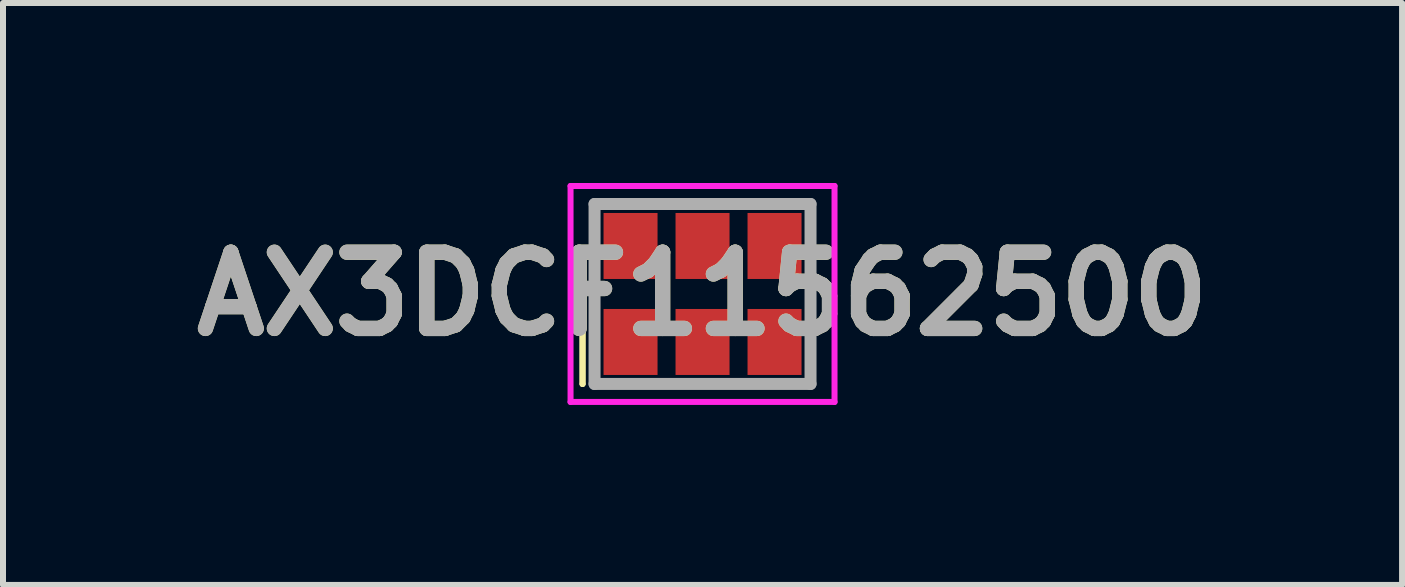
<source format=kicad_pcb>
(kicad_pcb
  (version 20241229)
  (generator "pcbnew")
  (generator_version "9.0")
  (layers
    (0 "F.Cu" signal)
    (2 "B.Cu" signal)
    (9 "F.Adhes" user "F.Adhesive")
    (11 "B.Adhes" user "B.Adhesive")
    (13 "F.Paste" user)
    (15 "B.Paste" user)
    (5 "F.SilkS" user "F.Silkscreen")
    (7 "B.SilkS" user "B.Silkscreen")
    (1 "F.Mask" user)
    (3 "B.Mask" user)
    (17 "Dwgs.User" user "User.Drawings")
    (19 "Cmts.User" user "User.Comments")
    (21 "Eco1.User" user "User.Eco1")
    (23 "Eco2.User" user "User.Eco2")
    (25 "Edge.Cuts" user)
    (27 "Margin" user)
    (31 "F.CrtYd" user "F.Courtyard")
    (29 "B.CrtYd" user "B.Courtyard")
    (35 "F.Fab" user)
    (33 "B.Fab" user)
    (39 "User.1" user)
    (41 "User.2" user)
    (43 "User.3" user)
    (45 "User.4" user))
  (footprint "AX3DCF11562500"
    (layer "F.Cu")
    (at 7.46 2.65)
    (property "Reference" "AX3DCF11562500" (at 1.2 -0.8 0) (layer "F.SilkS") (effects (font (size 1.27 1.27) (thickness 0.254))))
    (attr smd)
    (fp_line (start -0.8 -0.4) (end -0.8 -0.4) (stroke (width 0.1) (type solid)) (layer "F.SilkS"))
    (fp_line (start -0.8 -0.4) (end -0.8 0.7) (stroke (width 0.1) (type solid)) (layer "F.SilkS"))
    (fp_line (start -0.8 0.7) (end -0.8 -0.4) (stroke (width 0.1) (type solid)) (layer "F.SilkS"))
    (fp_line (start -0.8 0.7) (end -0.8 0.7) (stroke (width 0.1) (type solid)) (layer "F.SilkS"))
    (fp_line (start -0.6 -2.3) (end 3 -2.3) (stroke (width 0.1) (type solid)) (layer "F.SilkS"))
    (fp_line (start -0.6 0.7) (end -0.6 -2.3) (stroke (width 0.1) (type solid)) (layer "F.SilkS"))
    (fp_line (start 3 -2.3) (end 3 0.7) (stroke (width 0.1) (type solid)) (layer "F.SilkS"))
    (fp_line (start 3 0.7) (end -0.6 0.7) (stroke (width 0.1) (type solid)) (layer "F.SilkS"))
    (fp_line (start -1 -2.6) (end 3.4 -2.6) (stroke (width 0.1) (type solid)) (layer "F.CrtYd"))
    (fp_line (start -1 1) (end -1 -2.6) (stroke (width 0.1) (type solid)) (layer "F.CrtYd"))
    (fp_line (start 3.4 -2.6) (end 3.4 1) (stroke (width 0.1) (type solid)) (layer "F.CrtYd"))
    (fp_line (start 3.4 1) (end -1 1) (stroke (width 0.1) (type solid)) (layer "F.CrtYd"))
    (fp_line (start -0.6 -2.3) (end 3 -2.3) (stroke (width 0.2) (type solid)) (layer "F.Fab"))
    (fp_line (start -0.6 0.7) (end -0.6 -2.3) (stroke (width 0.2) (type solid)) (layer "F.Fab"))
    (fp_line (start 3 -2.3) (end 3 0.7) (stroke (width 0.2) (type solid)) (layer "F.Fab"))
    (fp_line (start 3 0.7) (end -0.6 0.7) (stroke (width 0.2) (type solid)) (layer "F.Fab"))
    (fp_text user "${REFERENCE}" (at 1.2 -0.8 0) (layer "F.Fab") (effects (font (size 1.27 1.27) (thickness 0.254))))
    (pad "1" smd rect (at 0 0) (size 0.9 1.1) (layers "F.Cu" "F.Mask" "F.Paste"))
    (pad "2" smd rect (at 1.2 0) (size 0.9 1.1) (layers "F.Cu" "F.Mask" "F.Paste"))
    (pad "3" smd rect (at 2.4 0) (size 0.9 1.1) (layers "F.Cu" "F.Mask" "F.Paste"))
    (pad "4" smd rect (at 2.4 -1.6) (size 0.9 1.1) (layers "F.Cu" "F.Mask" "F.Paste"))
    (pad "5" smd rect (at 1.2 -1.6) (size 0.9 1.1) (layers "F.Cu" "F.Mask" "F.Paste"))
    (pad "6" smd rect (at 0 -1.6) (size 0.9 1.1) (layers "F.Cu" "F.Mask" "F.Paste")))
  (gr_rect
    (start -3 -3)
    (end 20.32 6.7)
    (stroke (width 0.1) (type default))
    (fill no)
    (layer "Edge.Cuts")))
</source>
